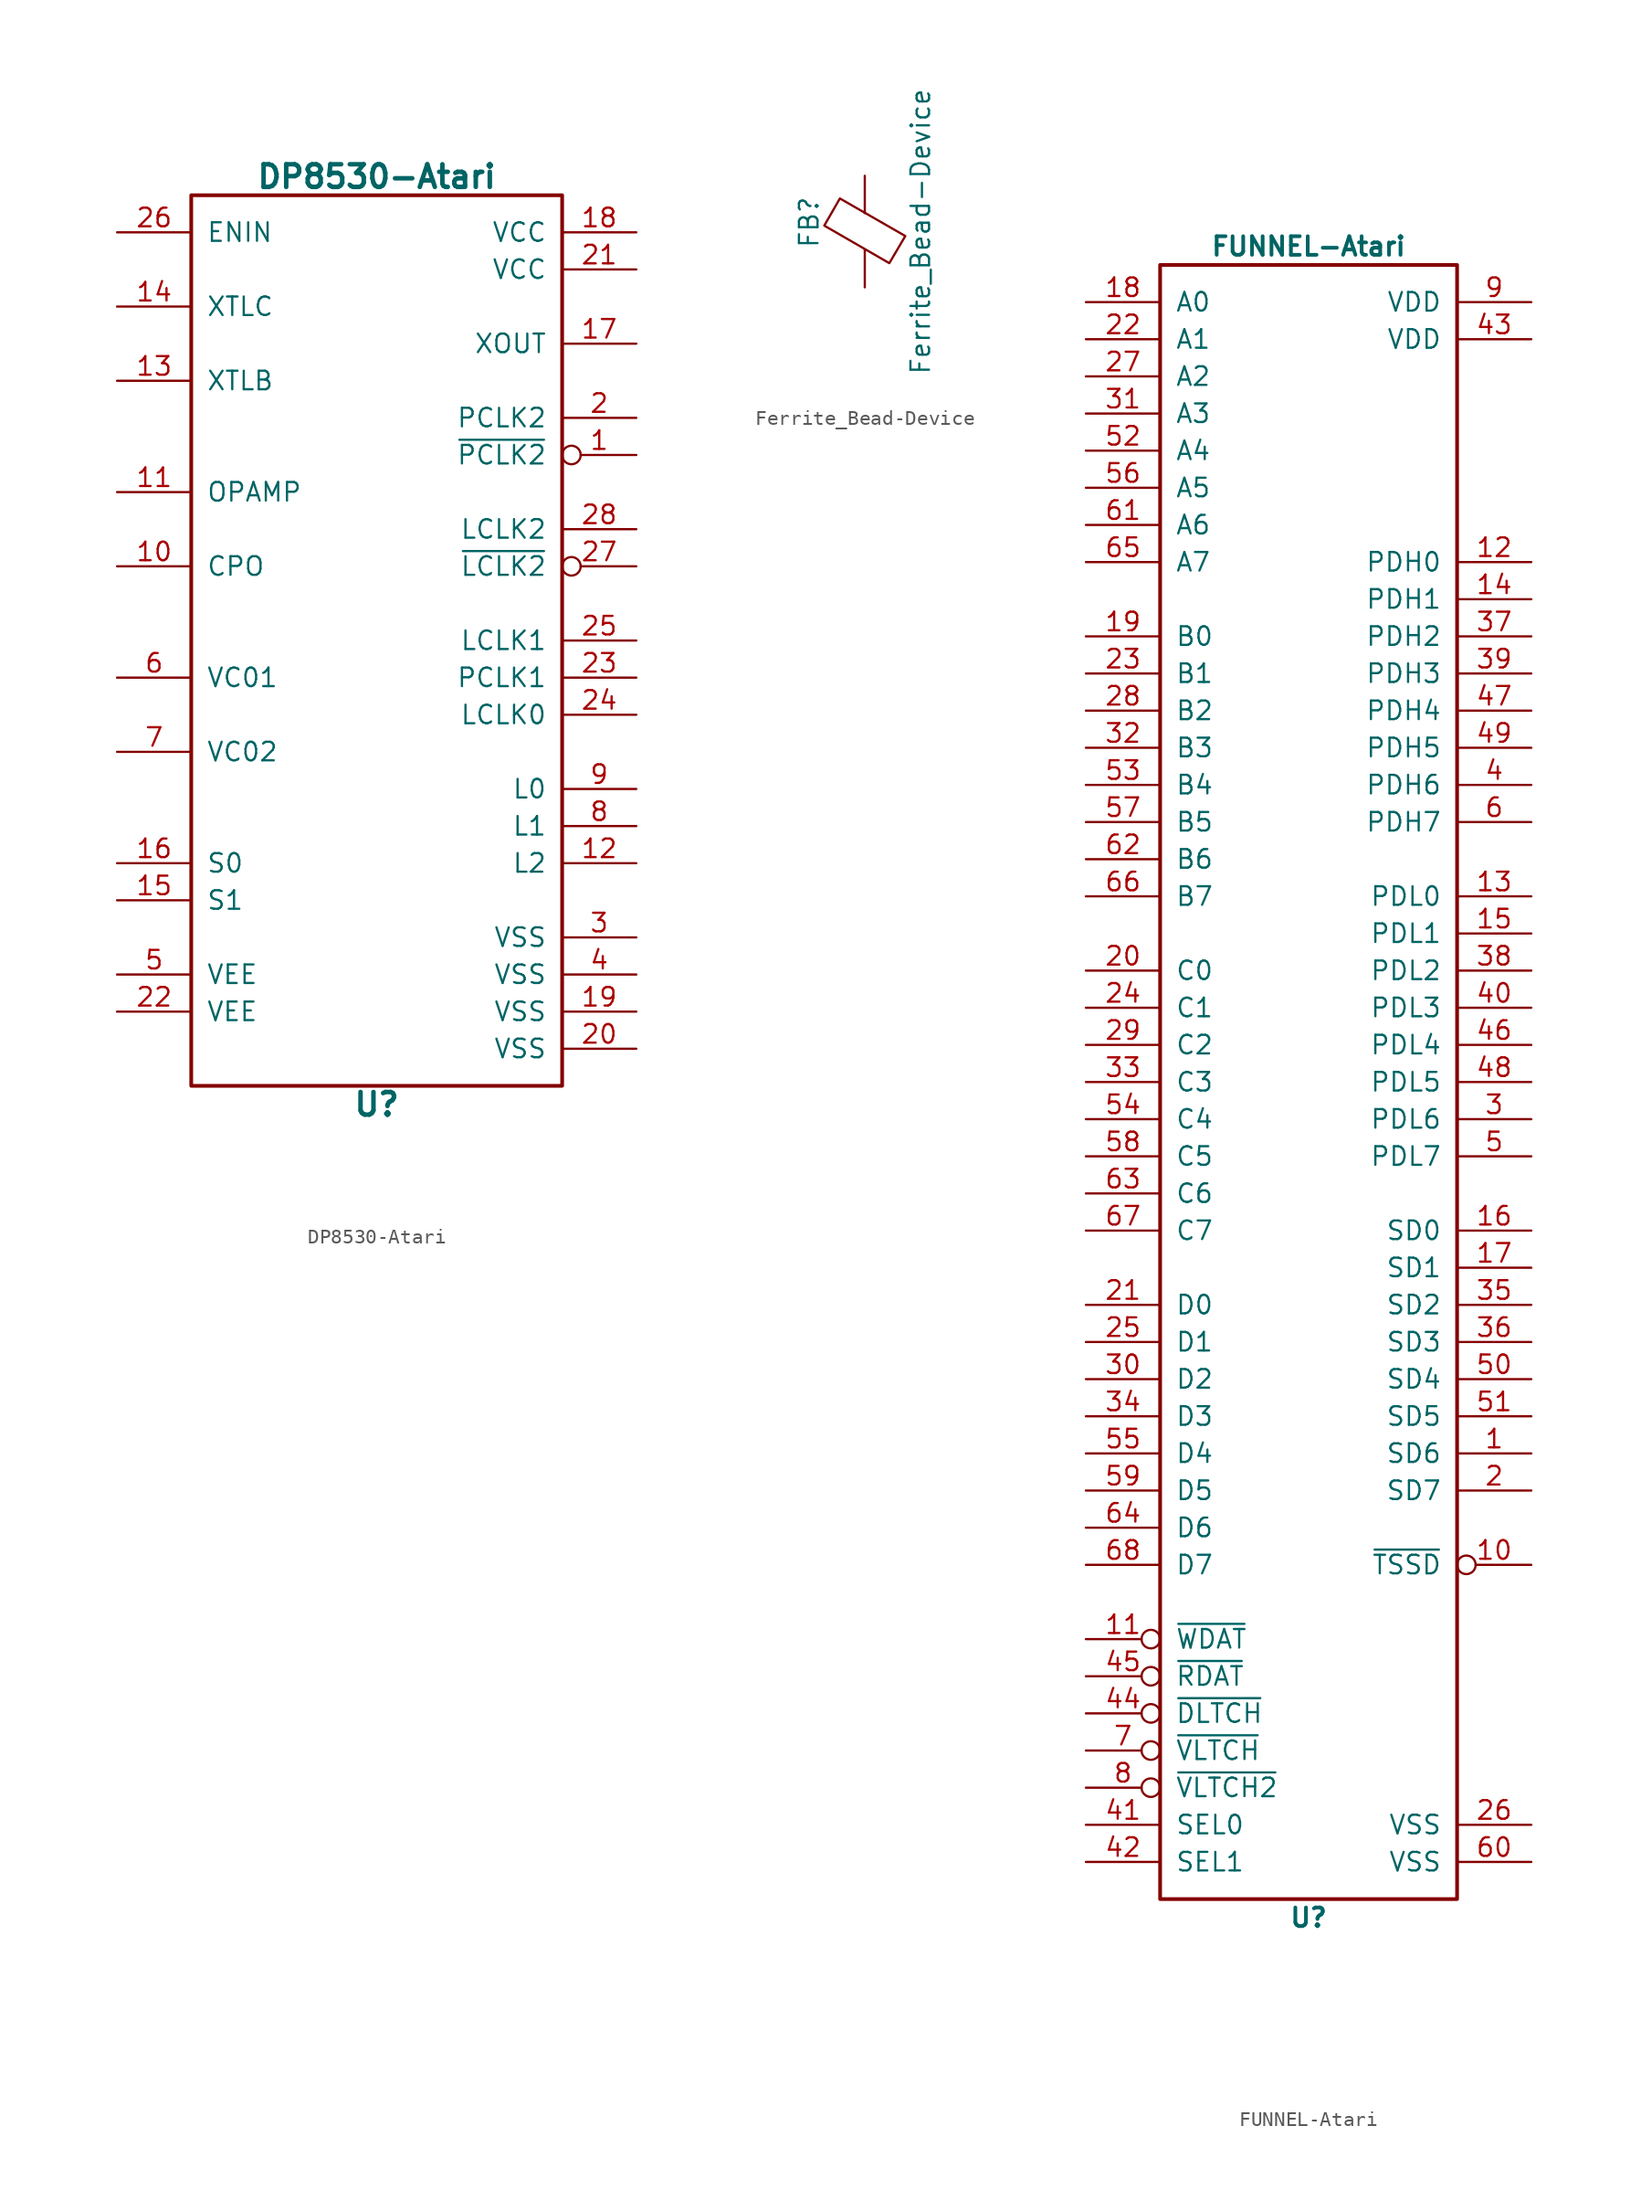
<source format=kicad_sym>
(kicad_symbol_lib
  (version 20231120)
  (generator "kicad_symbol_editor")
  (generator_version "8.0")
  (symbol "DP8530-Atari"
    (pin_names
      (offset 1.016))
    (property "Reference" "U"
      (at 0 -31.75 0)
      (effects (font (size 1.549 1.549) (bold yes))))
    (property "Value" "DP8530-Atari"
      (at 0 31.75 0)
      (effects (font (size 1.549 1.549) (bold yes))))
    (symbol "DP8530-Atari_0_0"
      (pin input line (at 17.78 -2.54 180) (length 5.08) (name "PCLK1" (effects (font (size 1.27 1.27)))) (number "23" (effects (font (size 1.27 1.27))))))
    (symbol "DP8530-Atari_0_1"
      (rectangle (start -12.7 30.48) (end 12.7 -30.48) (stroke (width 0.254) (type solid)) (fill (type none))))
    (symbol "DP8530-Atari_1_1"
      (pin output inverted (at 17.78 12.7 180) (length 5.08) (name "~{PCLK2}" (effects (font (size 1.27 1.27)))) (number "1" (effects (font (size 1.27 1.27)))))
      (pin input line (at -17.78 5.08 0) (length 5.08) (name "CPO" (effects (font (size 1.27 1.27)))) (number "10" (effects (font (size 1.27 1.27)))))
      (pin input line (at -17.78 10.16 0) (length 5.08) (name "OPAMP" (effects (font (size 1.27 1.27)))) (number "11" (effects (font (size 1.27 1.27)))))
      (pin input line (at 17.78 -15.24 180) (length 5.08) (name "L2" (effects (font (size 1.27 1.27)))) (number "12" (effects (font (size 1.27 1.27)))))
      (pin input line (at -17.78 17.78 0) (length 5.08) (name "XTLB" (effects (font (size 1.27 1.27)))) (number "13" (effects (font (size 1.27 1.27)))))
      (pin input line (at -17.78 22.86 0) (length 5.08) (name "XTLC" (effects (font (size 1.27 1.27)))) (number "14" (effects (font (size 1.27 1.27)))))
      (pin input line (at -17.78 -17.78 0) (length 5.08) (name "S1" (effects (font (size 1.27 1.27)))) (number "15" (effects (font (size 1.27 1.27)))))
      (pin input line (at -17.78 -15.24 0) (length 5.08) (name "S0" (effects (font (size 1.27 1.27)))) (number "16" (effects (font (size 1.27 1.27)))))
      (pin output line (at 17.78 20.32 180) (length 5.08) (name "XOUT" (effects (font (size 1.27 1.27)))) (number "17" (effects (font (size 1.27 1.27)))))
      (pin power_in line (at 17.78 27.94 180) (length 5.08) (name "VCC" (effects (font (size 1.27 1.27)))) (number "18" (effects (font (size 1.27 1.27)))))
      (pin power_in line (at 17.78 -25.4 180) (length 5.08) (name "VSS" (effects (font (size 1.27 1.27)))) (number "19" (effects (font (size 1.27 1.27)))))
      (pin output line (at 17.78 15.24 180) (length 5.08) (name "PCLK2" (effects (font (size 1.27 1.27)))) (number "2" (effects (font (size 1.27 1.27)))))
      (pin power_in line (at 17.78 -27.94 180) (length 5.08) (name "VSS" (effects (font (size 1.27 1.27)))) (number "20" (effects (font (size 1.27 1.27)))))
      (pin power_in line (at 17.78 25.4 180) (length 5.08) (name "VCC" (effects (font (size 1.27 1.27)))) (number "21" (effects (font (size 1.27 1.27)))))
      (pin power_in line (at -17.78 -25.4 0) (length 5.08) (name "VEE" (effects (font (size 1.27 1.27)))) (number "22" (effects (font (size 1.27 1.27)))))
      (pin output line (at 17.78 -5.08 180) (length 5.08) (name "LCLK0" (effects (font (size 1.27 1.27)))) (number "24" (effects (font (size 1.27 1.27)))))
      (pin input line (at 17.78 0 180) (length 5.08) (name "LCLK1" (effects (font (size 1.27 1.27)))) (number "25" (effects (font (size 1.27 1.27)))))
      (pin input line (at -17.78 27.94 0) (length 5.08) (name "ENIN" (effects (font (size 1.27 1.27)))) (number "26" (effects (font (size 1.27 1.27)))))
      (pin input inverted (at 17.78 5.08 180) (length 5.08) (name "~{LCLK2}" (effects (font (size 1.27 1.27)))) (number "27" (effects (font (size 1.27 1.27)))))
      (pin input line (at 17.78 7.62 180) (length 5.08) (name "LCLK2" (effects (font (size 1.27 1.27)))) (number "28" (effects (font (size 1.27 1.27)))))
      (pin power_in line (at 17.78 -20.32 180) (length 5.08) (name "VSS" (effects (font (size 1.27 1.27)))) (number "3" (effects (font (size 1.27 1.27)))))
      (pin power_in line (at 17.78 -22.86 180) (length 5.08) (name "VSS" (effects (font (size 1.27 1.27)))) (number "4" (effects (font (size 1.27 1.27)))))
      (pin power_in line (at -17.78 -22.86 0) (length 5.08) (name "VEE" (effects (font (size 1.27 1.27)))) (number "5" (effects (font (size 1.27 1.27)))))
      (pin input line (at -17.78 -2.54 0) (length 5.08) (name "VC01" (effects (font (size 1.27 1.27)))) (number "6" (effects (font (size 1.27 1.27)))))
      (pin input line (at -17.78 -7.62 0) (length 5.08) (name "VC02" (effects (font (size 1.27 1.27)))) (number "7" (effects (font (size 1.27 1.27)))))
      (pin input line (at 17.78 -12.7 180) (length 5.08) (name "L1" (effects (font (size 1.27 1.27)))) (number "8" (effects (font (size 1.27 1.27)))))
      (pin input line (at 17.78 -10.16 180) (length 5.08) (name "L0" (effects (font (size 1.27 1.27)))) (number "9" (effects (font (size 1.27 1.27)))))))
  (symbol "Ferrite_Bead-Device"
    (pin_numbers hide)
    (pin_names
      (offset 0))
    (property "Reference" "FB"
      (at -3.81 0.635 90)
      (effects (font (size 1.27 1.27))))
    (property "Value" "Ferrite_Bead-Device"
      (at 3.81 0 90)
      (effects (font (size 1.27 1.27))))
    (symbol "Ferrite_Bead-Device_0_1"
      (polyline (pts (xy 0 -1.27) (xy 0 -1.219)) (stroke (width 0) (type solid)) (fill (type none)))
      (polyline (pts (xy 0 1.27) (xy 0 1.295)) (stroke (width 0) (type solid)) (fill (type none)))
      (polyline (pts (xy -2.769 0.406) (xy -1.702 2.261) (xy 2.769 -0.305) (xy 1.676 -2.159) (xy -2.769 0.406)) (stroke (width 0) (type solid)) (fill (type none))))
    (symbol "Ferrite_Bead-Device_1_1"
      (pin passive line (at 0 3.81 270) (length 2.54) (name "~" (effects (font (size 1.27 1.27)))) (number "1" (effects (font (size 1.27 1.27)))))
      (pin passive line (at 0 -3.81 90) (length 2.54) (name "~" (effects (font (size 1.27 1.27)))) (number "2" (effects (font (size 1.27 1.27)))))))
  (symbol "FUNNEL-Atari"
    (pin_names
      (offset 1.016))
    (property "Reference" "U"
      (at 0 -57.15 0)
      (effects (font (size 1.27 1.27) (bold yes))))
    (property "Value" "FUNNEL-Atari"
      (at 0 57.15 0)
      (effects (font (size 1.27 1.27) (bold yes))))
    (symbol "FUNNEL-Atari_0_0"
      (rectangle (start -10.16 -55.88) (end 10.16 55.88) (stroke (width 0.254) (type solid)) (fill (type none))))
    (symbol "FUNNEL-Atari_1_1"
      (pin bidirectional line (at 15.24 -25.4 180) (length 5.08) (name "SD6" (effects (font (size 1.27 1.27)))) (number "1" (effects (font (size 1.27 1.27)))))
      (pin bidirectional inverted (at 15.24 -33.02 180) (length 5.08) (name "~{TSSD}" (effects (font (size 1.27 1.27)))) (number "10" (effects (font (size 1.27 1.27)))))
      (pin bidirectional inverted (at -15.24 -38.1 0) (length 5.08) (name "~{WDAT}" (effects (font (size 1.27 1.27)))) (number "11" (effects (font (size 1.27 1.27)))))
      (pin bidirectional line (at 15.24 35.56 180) (length 5.08) (name "PDH0" (effects (font (size 1.27 1.27)))) (number "12" (effects (font (size 1.27 1.27)))))
      (pin bidirectional line (at 15.24 12.7 180) (length 5.08) (name "PDL0" (effects (font (size 1.27 1.27)))) (number "13" (effects (font (size 1.27 1.27)))))
      (pin bidirectional line (at 15.24 33.02 180) (length 5.08) (name "PDH1" (effects (font (size 1.27 1.27)))) (number "14" (effects (font (size 1.27 1.27)))))
      (pin bidirectional line (at 15.24 10.16 180) (length 5.08) (name "PDL1" (effects (font (size 1.27 1.27)))) (number "15" (effects (font (size 1.27 1.27)))))
      (pin bidirectional line (at 15.24 -10.16 180) (length 5.08) (name "SD0" (effects (font (size 1.27 1.27)))) (number "16" (effects (font (size 1.27 1.27)))))
      (pin bidirectional line (at 15.24 -12.7 180) (length 5.08) (name "SD1" (effects (font (size 1.27 1.27)))) (number "17" (effects (font (size 1.27 1.27)))))
      (pin bidirectional line (at -15.24 53.34 0) (length 5.08) (name "A0" (effects (font (size 1.27 1.27)))) (number "18" (effects (font (size 1.27 1.27)))))
      (pin bidirectional line (at -15.24 30.48 0) (length 5.08) (name "B0" (effects (font (size 1.27 1.27)))) (number "19" (effects (font (size 1.27 1.27)))))
      (pin bidirectional line (at 15.24 -27.94 180) (length 5.08) (name "SD7" (effects (font (size 1.27 1.27)))) (number "2" (effects (font (size 1.27 1.27)))))
      (pin bidirectional line (at -15.24 7.62 0) (length 5.08) (name "C0" (effects (font (size 1.27 1.27)))) (number "20" (effects (font (size 1.27 1.27)))))
      (pin bidirectional line (at -15.24 -15.24 0) (length 5.08) (name "D0" (effects (font (size 1.27 1.27)))) (number "21" (effects (font (size 1.27 1.27)))))
      (pin bidirectional line (at -15.24 50.8 0) (length 5.08) (name "A1" (effects (font (size 1.27 1.27)))) (number "22" (effects (font (size 1.27 1.27)))))
      (pin bidirectional line (at -15.24 27.94 0) (length 5.08) (name "B1" (effects (font (size 1.27 1.27)))) (number "23" (effects (font (size 1.27 1.27)))))
      (pin bidirectional line (at -15.24 5.08 0) (length 5.08) (name "C1" (effects (font (size 1.27 1.27)))) (number "24" (effects (font (size 1.27 1.27)))))
      (pin bidirectional line (at -15.24 -17.78 0) (length 5.08) (name "D1" (effects (font (size 1.27 1.27)))) (number "25" (effects (font (size 1.27 1.27)))))
      (pin power_in line (at 15.24 -50.8 180) (length 5.08) (name "VSS" (effects (font (size 1.27 1.27)))) (number "26" (effects (font (size 1.27 1.27)))))
      (pin bidirectional line (at -15.24 48.26 0) (length 5.08) (name "A2" (effects (font (size 1.27 1.27)))) (number "27" (effects (font (size 1.27 1.27)))))
      (pin bidirectional line (at -15.24 25.4 0) (length 5.08) (name "B2" (effects (font (size 1.27 1.27)))) (number "28" (effects (font (size 1.27 1.27)))))
      (pin bidirectional line (at -15.24 2.54 0) (length 5.08) (name "C2" (effects (font (size 1.27 1.27)))) (number "29" (effects (font (size 1.27 1.27)))))
      (pin bidirectional line (at 15.24 -2.54 180) (length 5.08) (name "PDL6" (effects (font (size 1.27 1.27)))) (number "3" (effects (font (size 1.27 1.27)))))
      (pin bidirectional line (at -15.24 -20.32 0) (length 5.08) (name "D2" (effects (font (size 1.27 1.27)))) (number "30" (effects (font (size 1.27 1.27)))))
      (pin bidirectional line (at -15.24 45.72 0) (length 5.08) (name "A3" (effects (font (size 1.27 1.27)))) (number "31" (effects (font (size 1.27 1.27)))))
      (pin bidirectional line (at -15.24 22.86 0) (length 5.08) (name "B3" (effects (font (size 1.27 1.27)))) (number "32" (effects (font (size 1.27 1.27)))))
      (pin bidirectional line (at -15.24 0 0) (length 5.08) (name "C3" (effects (font (size 1.27 1.27)))) (number "33" (effects (font (size 1.27 1.27)))))
      (pin bidirectional line (at -15.24 -22.86 0) (length 5.08) (name "D3" (effects (font (size 1.27 1.27)))) (number "34" (effects (font (size 1.27 1.27)))))
      (pin bidirectional line (at 15.24 -15.24 180) (length 5.08) (name "SD2" (effects (font (size 1.27 1.27)))) (number "35" (effects (font (size 1.27 1.27)))))
      (pin bidirectional line (at 15.24 -17.78 180) (length 5.08) (name "SD3" (effects (font (size 1.27 1.27)))) (number "36" (effects (font (size 1.27 1.27)))))
      (pin bidirectional line (at 15.24 30.48 180) (length 5.08) (name "PDH2" (effects (font (size 1.27 1.27)))) (number "37" (effects (font (size 1.27 1.27)))))
      (pin bidirectional line (at 15.24 7.62 180) (length 5.08) (name "PDL2" (effects (font (size 1.27 1.27)))) (number "38" (effects (font (size 1.27 1.27)))))
      (pin bidirectional line (at 15.24 27.94 180) (length 5.08) (name "PDH3" (effects (font (size 1.27 1.27)))) (number "39" (effects (font (size 1.27 1.27)))))
      (pin bidirectional line (at 15.24 20.32 180) (length 5.08) (name "PDH6" (effects (font (size 1.27 1.27)))) (number "4" (effects (font (size 1.27 1.27)))))
      (pin bidirectional line (at 15.24 5.08 180) (length 5.08) (name "PDL3" (effects (font (size 1.27 1.27)))) (number "40" (effects (font (size 1.27 1.27)))))
      (pin bidirectional line (at -15.24 -50.8 0) (length 5.08) (name "SEL0" (effects (font (size 1.27 1.27)))) (number "41" (effects (font (size 1.27 1.27)))))
      (pin bidirectional line (at -15.24 -53.34 0) (length 5.08) (name "SEL1" (effects (font (size 1.27 1.27)))) (number "42" (effects (font (size 1.27 1.27)))))
      (pin power_in line (at 15.24 50.8 180) (length 5.08) (name "VDD" (effects (font (size 1.27 1.27)))) (number "43" (effects (font (size 1.27 1.27)))))
      (pin bidirectional inverted (at -15.24 -43.18 0) (length 5.08) (name "~{DLTCH}" (effects (font (size 1.27 1.27)))) (number "44" (effects (font (size 1.27 1.27)))))
      (pin bidirectional inverted (at -15.24 -40.64 0) (length 5.08) (name "~{RDAT}" (effects (font (size 1.27 1.27)))) (number "45" (effects (font (size 1.27 1.27)))))
      (pin bidirectional line (at 15.24 2.54 180) (length 5.08) (name "PDL4" (effects (font (size 1.27 1.27)))) (number "46" (effects (font (size 1.27 1.27)))))
      (pin bidirectional line (at 15.24 25.4 180) (length 5.08) (name "PDH4" (effects (font (size 1.27 1.27)))) (number "47" (effects (font (size 1.27 1.27)))))
      (pin bidirectional line (at 15.24 0 180) (length 5.08) (name "PDL5" (effects (font (size 1.27 1.27)))) (number "48" (effects (font (size 1.27 1.27)))))
      (pin bidirectional line (at 15.24 22.86 180) (length 5.08) (name "PDH5" (effects (font (size 1.27 1.27)))) (number "49" (effects (font (size 1.27 1.27)))))
      (pin bidirectional line (at 15.24 -5.08 180) (length 5.08) (name "PDL7" (effects (font (size 1.27 1.27)))) (number "5" (effects (font (size 1.27 1.27)))))
      (pin bidirectional line (at 15.24 -20.32 180) (length 5.08) (name "SD4" (effects (font (size 1.27 1.27)))) (number "50" (effects (font (size 1.27 1.27)))))
      (pin bidirectional line (at 15.24 -22.86 180) (length 5.08) (name "SD5" (effects (font (size 1.27 1.27)))) (number "51" (effects (font (size 1.27 1.27)))))
      (pin bidirectional line (at -15.24 43.18 0) (length 5.08) (name "A4" (effects (font (size 1.27 1.27)))) (number "52" (effects (font (size 1.27 1.27)))))
      (pin bidirectional line (at -15.24 20.32 0) (length 5.08) (name "B4" (effects (font (size 1.27 1.27)))) (number "53" (effects (font (size 1.27 1.27)))))
      (pin bidirectional line (at -15.24 -2.54 0) (length 5.08) (name "C4" (effects (font (size 1.27 1.27)))) (number "54" (effects (font (size 1.27 1.27)))))
      (pin bidirectional line (at -15.24 -25.4 0) (length 5.08) (name "D4" (effects (font (size 1.27 1.27)))) (number "55" (effects (font (size 1.27 1.27)))))
      (pin bidirectional line (at -15.24 40.64 0) (length 5.08) (name "A5" (effects (font (size 1.27 1.27)))) (number "56" (effects (font (size 1.27 1.27)))))
      (pin bidirectional line (at -15.24 17.78 0) (length 5.08) (name "B5" (effects (font (size 1.27 1.27)))) (number "57" (effects (font (size 1.27 1.27)))))
      (pin bidirectional line (at -15.24 -5.08 0) (length 5.08) (name "C5" (effects (font (size 1.27 1.27)))) (number "58" (effects (font (size 1.27 1.27)))))
      (pin bidirectional line (at -15.24 -27.94 0) (length 5.08) (name "D5" (effects (font (size 1.27 1.27)))) (number "59" (effects (font (size 1.27 1.27)))))
      (pin bidirectional line (at 15.24 17.78 180) (length 5.08) (name "PDH7" (effects (font (size 1.27 1.27)))) (number "6" (effects (font (size 1.27 1.27)))))
      (pin power_in line (at 15.24 -53.34 180) (length 5.08) (name "VSS" (effects (font (size 1.27 1.27)))) (number "60" (effects (font (size 1.27 1.27)))))
      (pin bidirectional line (at -15.24 38.1 0) (length 5.08) (name "A6" (effects (font (size 1.27 1.27)))) (number "61" (effects (font (size 1.27 1.27)))))
      (pin bidirectional line (at -15.24 15.24 0) (length 5.08) (name "B6" (effects (font (size 1.27 1.27)))) (number "62" (effects (font (size 1.27 1.27)))))
      (pin bidirectional line (at -15.24 -7.62 0) (length 5.08) (name "C6" (effects (font (size 1.27 1.27)))) (number "63" (effects (font (size 1.27 1.27)))))
      (pin bidirectional line (at -15.24 -30.48 0) (length 5.08) (name "D6" (effects (font (size 1.27 1.27)))) (number "64" (effects (font (size 1.27 1.27)))))
      (pin bidirectional line (at -15.24 35.56 0) (length 5.08) (name "A7" (effects (font (size 1.27 1.27)))) (number "65" (effects (font (size 1.27 1.27)))))
      (pin bidirectional line (at -15.24 12.7 0) (length 5.08) (name "B7" (effects (font (size 1.27 1.27)))) (number "66" (effects (font (size 1.27 1.27)))))
      (pin bidirectional line (at -15.24 -10.16 0) (length 5.08) (name "C7" (effects (font (size 1.27 1.27)))) (number "67" (effects (font (size 1.27 1.27)))))
      (pin bidirectional line (at -15.24 -33.02 0) (length 5.08) (name "D7" (effects (font (size 1.27 1.27)))) (number "68" (effects (font (size 1.27 1.27)))))
      (pin bidirectional inverted (at -15.24 -45.72 0) (length 5.08) (name "~{VLTCH}" (effects (font (size 1.27 1.27)))) (number "7" (effects (font (size 1.27 1.27)))))
      (pin bidirectional inverted (at -15.24 -48.26 0) (length 5.08) (name "~{VLTCH2}" (effects (font (size 1.27 1.27)))) (number "8" (effects (font (size 1.27 1.27)))))
      (pin power_in line (at 15.24 53.34 180) (length 5.08) (name "VDD" (effects (font (size 1.27 1.27)))) (number "9" (effects (font (size 1.27 1.27))))))))
</source>
